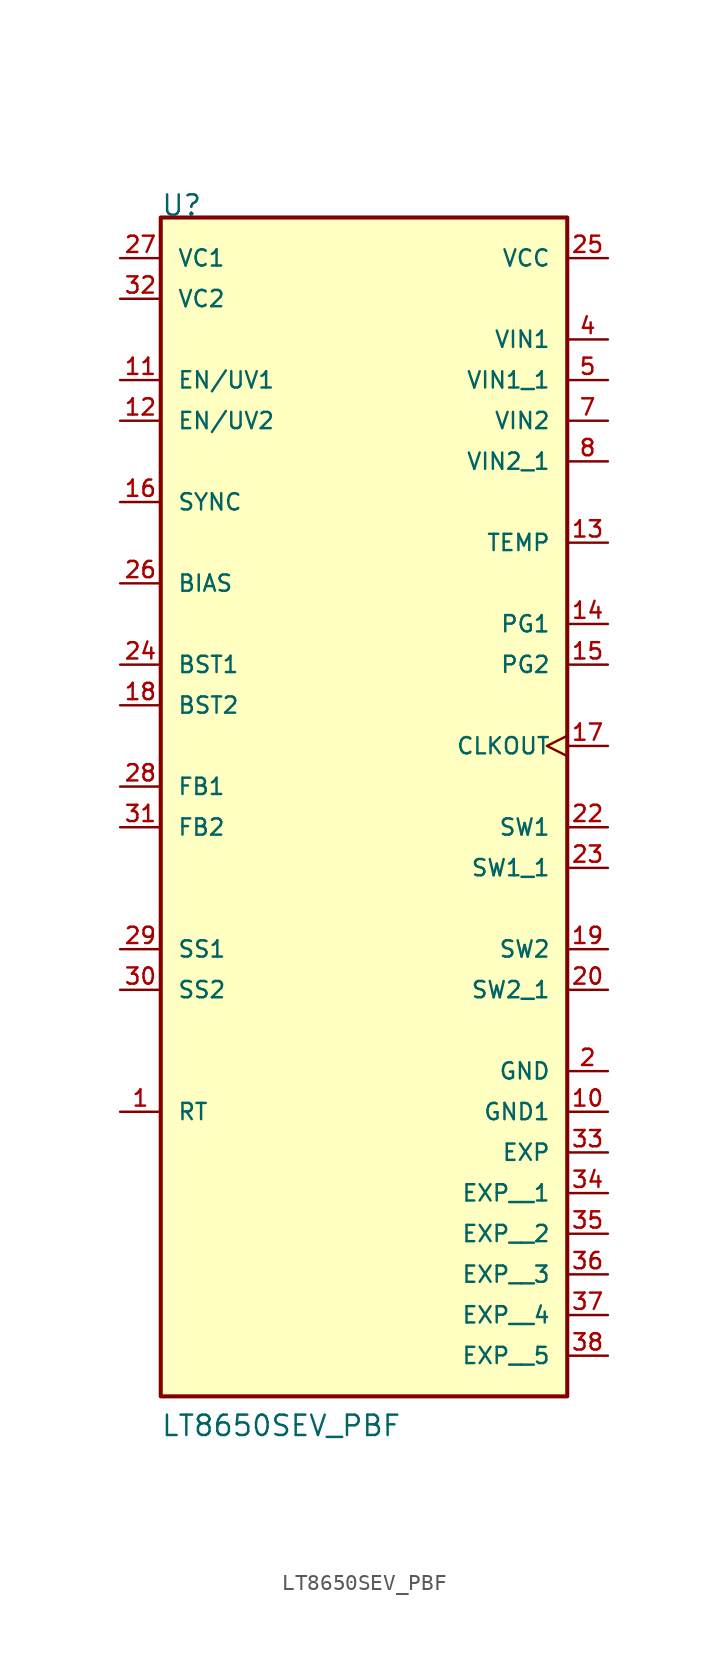
<source format=kicad_sym>
(kicad_symbol_lib
  (version 20241209)
  (generator "kicad_symbol_editor")
  (generator_version "9.0")
  (symbol "LT8650SEV_PBF"
    (pin_names
      (offset 1.016))
    (property "Reference" "U"
      (at -12.705 30.492 0)
      (effects (font (size 1.27 1.27)) (justify left bottom)))
    (property "Value" "LT8650SEV_PBF"
      (at -12.714 -45.757 0)
      (effects (font (size 1.27 1.27)) (justify left bottom)))
    (symbol "LT8650SEV_PBF_0_0"
      (rectangle (start -12.7 -43.18) (end 12.7 30.48) (stroke (width 0.254) (type default)) (fill (type background)))
      (pin power_in line (at -15.24 27.94 0) (length 2.54) (name "VC1" (effects (font (size 1.016 1.016)))) (number "27" (effects (font (size 1.016 1.016)))))
      (pin power_in line (at -15.24 25.4 0) (length 2.54) (name "VC2" (effects (font (size 1.016 1.016)))) (number "32" (effects (font (size 1.016 1.016)))))
      (pin input line (at -15.24 20.32 0) (length 2.54) (name "EN/UV1" (effects (font (size 1.016 1.016)))) (number "11" (effects (font (size 1.016 1.016)))))
      (pin input line (at -15.24 17.78 0) (length 2.54) (name "EN/UV2" (effects (font (size 1.016 1.016)))) (number "12" (effects (font (size 1.016 1.016)))))
      (pin input line (at -15.24 12.7 0) (length 2.54) (name "SYNC" (effects (font (size 1.016 1.016)))) (number "16" (effects (font (size 1.016 1.016)))))
      (pin bidirectional line (at -15.24 7.62 0) (length 2.54) (name "BIAS" (effects (font (size 1.016 1.016)))) (number "26" (effects (font (size 1.016 1.016)))))
      (pin bidirectional line (at -15.24 2.54 0) (length 2.54) (name "BST1" (effects (font (size 1.016 1.016)))) (number "24" (effects (font (size 1.016 1.016)))))
      (pin bidirectional line (at -15.24 0 0) (length 2.54) (name "BST2" (effects (font (size 1.016 1.016)))) (number "18" (effects (font (size 1.016 1.016)))))
      (pin bidirectional line (at -15.24 -5.08 0) (length 2.54) (name "FB1" (effects (font (size 1.016 1.016)))) (number "28" (effects (font (size 1.016 1.016)))))
      (pin bidirectional line (at -15.24 -7.62 0) (length 2.54) (name "FB2" (effects (font (size 1.016 1.016)))) (number "31" (effects (font (size 1.016 1.016)))))
      (pin output line (at -15.24 -15.24 0) (length 2.54) (name "SS1" (effects (font (size 1.016 1.016)))) (number "29" (effects (font (size 1.016 1.016)))))
      (pin output line (at -15.24 -17.78 0) (length 2.54) (name "SS2" (effects (font (size 1.016 1.016)))) (number "30" (effects (font (size 1.016 1.016)))))
      (pin passive line (at -15.24 -25.4 0) (length 2.54) (name "RT" (effects (font (size 1.016 1.016)))) (number "1" (effects (font (size 1.016 1.016)))))
      (pin power_in line (at 15.24 27.94 180) (length 2.54) (name "VCC" (effects (font (size 1.016 1.016)))) (number "25" (effects (font (size 1.016 1.016)))))
      (pin power_in line (at 15.24 22.86 180) (length 2.54) (name "VIN1" (effects (font (size 1.016 1.016)))) (number "4" (effects (font (size 1.016 1.016)))))
      (pin power_in line (at 15.24 20.32 180) (length 2.54) (name "VIN1_1" (effects (font (size 1.016 1.016)))) (number "5" (effects (font (size 1.016 1.016)))))
      (pin power_in line (at 15.24 17.78 180) (length 2.54) (name "VIN2" (effects (font (size 1.016 1.016)))) (number "7" (effects (font (size 1.016 1.016)))))
      (pin power_in line (at 15.24 15.24 180) (length 2.54) (name "VIN2_1" (effects (font (size 1.016 1.016)))) (number "8" (effects (font (size 1.016 1.016)))))
      (pin output line (at 15.24 10.16 180) (length 2.54) (name "TEMP" (effects (font (size 1.016 1.016)))) (number "13" (effects (font (size 1.016 1.016)))))
      (pin output line (at 15.24 5.08 180) (length 2.54) (name "PG1" (effects (font (size 1.016 1.016)))) (number "14" (effects (font (size 1.016 1.016)))))
      (pin output line (at 15.24 2.54 180) (length 2.54) (name "PG2" (effects (font (size 1.016 1.016)))) (number "15" (effects (font (size 1.016 1.016)))))
      (pin output clock (at 15.24 -2.54 180) (length 2.54) (name "CLKOUT" (effects (font (size 1.016 1.016)))) (number "17" (effects (font (size 1.016 1.016)))))
      (pin output line (at 15.24 -7.62 180) (length 2.54) (name "SW1" (effects (font (size 1.016 1.016)))) (number "22" (effects (font (size 1.016 1.016)))))
      (pin output line (at 15.24 -10.16 180) (length 2.54) (name "SW1_1" (effects (font (size 1.016 1.016)))) (number "23" (effects (font (size 1.016 1.016)))))
      (pin output line (at 15.24 -15.24 180) (length 2.54) (name "SW2" (effects (font (size 1.016 1.016)))) (number "19" (effects (font (size 1.016 1.016)))))
      (pin output line (at 15.24 -17.78 180) (length 2.54) (name "SW2_1" (effects (font (size 1.016 1.016)))) (number "20" (effects (font (size 1.016 1.016)))))
      (pin power_in line (at 15.24 -22.86 180) (length 2.54) (name "GND" (effects (font (size 1.016 1.016)))) (number "2" (effects (font (size 1.016 1.016)))))
      (pin power_in line (at 15.24 -25.4 180) (length 2.54) (name "GND1" (effects (font (size 1.016 1.016)))) (number "10" (effects (font (size 1.016 1.016)))))
      (pin power_in line (at 15.24 -27.94 180) (length 2.54) (name "EXP" (effects (font (size 1.016 1.016)))) (number "33" (effects (font (size 1.016 1.016)))))
      (pin power_in line (at 15.24 -30.48 180) (length 2.54) (name "EXP__1" (effects (font (size 1.016 1.016)))) (number "34" (effects (font (size 1.016 1.016)))))
      (pin power_in line (at 15.24 -33.02 180) (length 2.54) (name "EXP__2" (effects (font (size 1.016 1.016)))) (number "35" (effects (font (size 1.016 1.016)))))
      (pin power_in line (at 15.24 -35.56 180) (length 2.54) (name "EXP__3" (effects (font (size 1.016 1.016)))) (number "36" (effects (font (size 1.016 1.016)))))
      (pin power_in line (at 15.24 -38.1 180) (length 2.54) (name "EXP__4" (effects (font (size 1.016 1.016)))) (number "37" (effects (font (size 1.016 1.016)))))
      (pin power_in line (at 15.24 -40.64 180) (length 2.54) (name "EXP__5" (effects (font (size 1.016 1.016)))) (number "38" (effects (font (size 1.016 1.016))))))))
</source>
